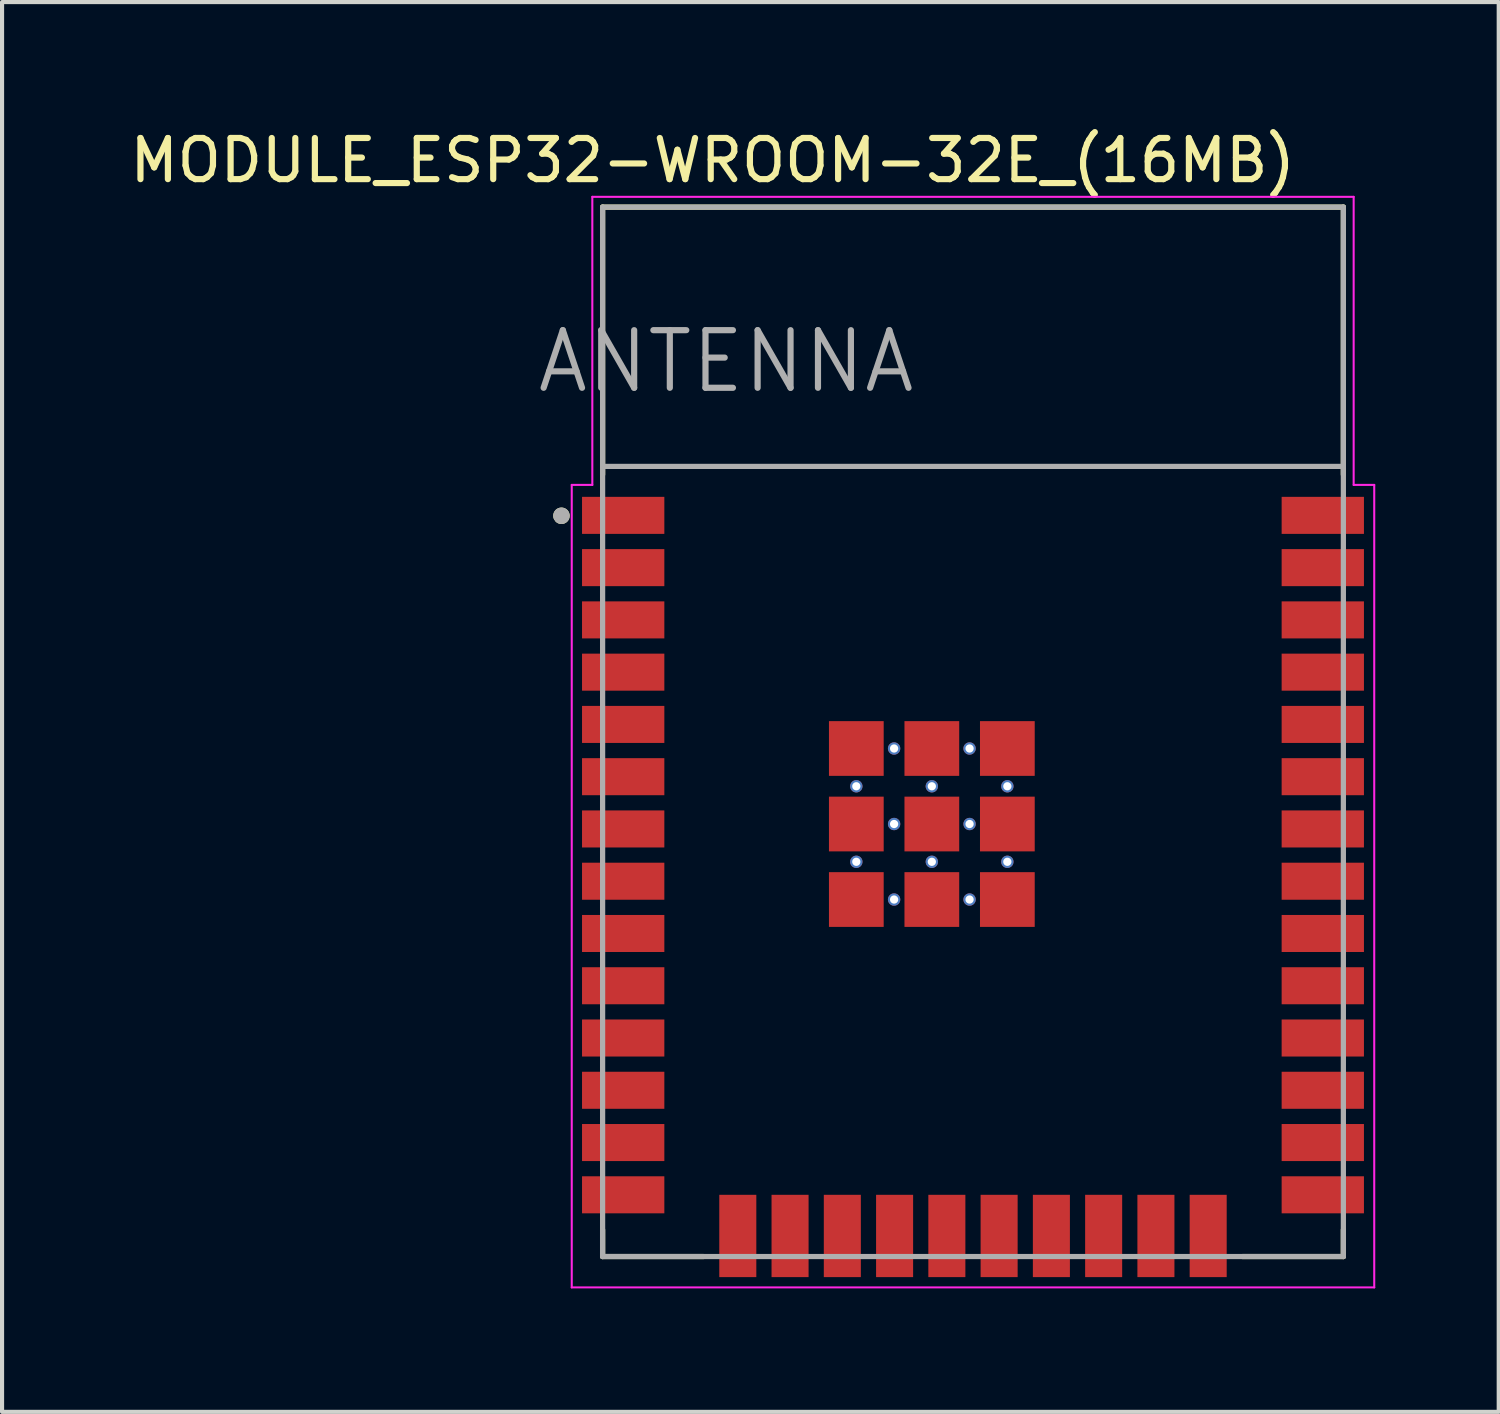
<source format=kicad_pcb>
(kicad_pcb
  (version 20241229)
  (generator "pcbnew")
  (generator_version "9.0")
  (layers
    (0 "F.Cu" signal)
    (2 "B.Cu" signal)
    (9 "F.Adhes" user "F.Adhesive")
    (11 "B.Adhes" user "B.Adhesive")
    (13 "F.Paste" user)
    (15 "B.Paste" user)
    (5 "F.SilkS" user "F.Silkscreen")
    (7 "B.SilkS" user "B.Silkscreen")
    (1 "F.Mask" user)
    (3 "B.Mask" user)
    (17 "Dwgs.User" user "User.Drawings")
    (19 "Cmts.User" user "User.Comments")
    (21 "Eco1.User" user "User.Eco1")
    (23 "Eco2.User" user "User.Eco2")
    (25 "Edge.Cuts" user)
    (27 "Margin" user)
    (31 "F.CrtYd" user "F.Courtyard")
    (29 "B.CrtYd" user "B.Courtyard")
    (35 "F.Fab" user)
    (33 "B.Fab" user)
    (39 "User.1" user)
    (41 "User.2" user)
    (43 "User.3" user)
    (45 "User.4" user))
  (footprint "MODULE_ESP32-WROOM-32E_(16MB)"
    (layer "F.Cu")
    (at 20.593 14.733)
    (property "Reference" "MODULE_ESP32-WROOM-32E_(16MB)" (at -6.325 -13.885 0) (layer "F.SilkS") (effects (font (size 1 1) (thickness 0.15))))
    (attr through_hole)
    (fp_line (start -9 -12.75) (end 9 -12.75) (stroke (width 0.127) (type solid)) (layer "F.SilkS"))
    (fp_line (start -9 -6.25) (end -9 -12.75) (stroke (width 0.127) (type solid)) (layer "F.SilkS"))
    (fp_line (start -9 12.1) (end -9 12.75) (stroke (width 0.127) (type solid)) (layer "F.SilkS"))
    (fp_line (start -9 12.75) (end -6.55 12.75) (stroke (width 0.127) (type solid)) (layer "F.SilkS"))
    (fp_line (start 6.55 12.75) (end 9 12.75) (stroke (width 0.127) (type solid)) (layer "F.SilkS"))
    (fp_line (start 9 -12.75) (end 9 -6.25) (stroke (width 0.127) (type solid)) (layer "F.SilkS"))
    (fp_line (start 9 12.75) (end 9 12.1) (stroke (width 0.127) (type solid)) (layer "F.SilkS"))
    (fp_circle (center -10 -5.25) (end -9.9 -5.25) (stroke (width 0.2) (type solid)) (fill no) (layer "F.SilkS"))
    (fp_line (start -9.75 -6) (end -9.25 -6) (stroke (width 0.05) (type solid)) (layer "F.CrtYd"))
    (fp_line (start -9.75 13.5) (end -9.75 -6) (stroke (width 0.05) (type solid)) (layer "F.CrtYd"))
    (fp_line (start -9.25 -13) (end 9.25 -13) (stroke (width 0.05) (type solid)) (layer "F.CrtYd"))
    (fp_line (start -9.25 -6) (end -9.25 -13) (stroke (width 0.05) (type solid)) (layer "F.CrtYd"))
    (fp_line (start 9.25 -13) (end 9.25 -6) (stroke (width 0.05) (type solid)) (layer "F.CrtYd"))
    (fp_line (start 9.25 -6) (end 9.75 -6) (stroke (width 0.05) (type solid)) (layer "F.CrtYd"))
    (fp_line (start 9.75 -6) (end 9.75 13.5) (stroke (width 0.05) (type solid)) (layer "F.CrtYd"))
    (fp_line (start 9.75 13.5) (end -9.75 13.5) (stroke (width 0.05) (type solid)) (layer "F.CrtYd"))
    (fp_line (start -9 -12.75) (end -9 -6.45) (stroke (width 0.127) (type solid)) (layer "F.Fab"))
    (fp_line (start -9 -12.75) (end 9 -12.75) (stroke (width 0.127) (type solid)) (layer "F.Fab"))
    (fp_line (start -9 -6.45) (end 9 -6.45) (stroke (width 0.127) (type solid)) (layer "F.Fab"))
    (fp_line (start -9 12.75) (end -9 -6.45) (stroke (width 0.127) (type solid)) (layer "F.Fab"))
    (fp_line (start 9 -12.75) (end 9 -6.45) (stroke (width 0.127) (type solid)) (layer "F.Fab"))
    (fp_line (start 9 -6.45) (end 9 12.75) (stroke (width 0.127) (type solid)) (layer "F.Fab"))
    (fp_line (start 9 12.75) (end -9 12.75) (stroke (width 0.127) (type solid)) (layer "F.Fab"))
    (fp_circle (center -10 -5.25) (end -9.9 -5.25) (stroke (width 0.2) (type solid)) (fill no) (layer "F.Fab"))
    (fp_text user "ANTENNA" (at -6 -9 0) (layer "F.Fab") (effects (font (size 1.4 1.4) (thickness 0.15))))
    (pad "1" smd rect (at -8.5 -5.26) (size 2 0.9) (layers "F.Cu" "F.Mask" "F.Paste"))
    (pad "2" smd rect (at -8.5 -3.99) (size 2 0.9) (layers "F.Cu" "F.Mask" "F.Paste"))
    (pad "3" smd rect (at -8.5 -2.72) (size 2 0.9) (layers "F.Cu" "F.Mask" "F.Paste"))
    (pad "4" smd rect (at -8.5 -1.45) (size 2 0.9) (layers "F.Cu" "F.Mask" "F.Paste"))
    (pad "5" smd rect (at -8.5 -0.18) (size 2 0.9) (layers "F.Cu" "F.Mask" "F.Paste"))
    (pad "6" smd rect (at -8.5 1.09) (size 2 0.9) (layers "F.Cu" "F.Mask" "F.Paste"))
    (pad "7" smd rect (at -8.5 2.36) (size 2 0.9) (layers "F.Cu" "F.Mask" "F.Paste"))
    (pad "8" smd rect (at -8.5 3.63) (size 2 0.9) (layers "F.Cu" "F.Mask" "F.Paste"))
    (pad "9" smd rect (at -8.5 4.9) (size 2 0.9) (layers "F.Cu" "F.Mask" "F.Paste"))
    (pad "10" smd rect (at -8.5 6.17) (size 2 0.9) (layers "F.Cu" "F.Mask" "F.Paste"))
    (pad "11" smd rect (at -8.5 7.44) (size 2 0.9) (layers "F.Cu" "F.Mask" "F.Paste"))
    (pad "12" smd rect (at -8.5 8.71) (size 2 0.9) (layers "F.Cu" "F.Mask" "F.Paste"))
    (pad "13" smd rect (at -8.5 9.98) (size 2 0.9) (layers "F.Cu" "F.Mask" "F.Paste"))
    (pad "14" smd rect (at -8.5 11.25) (size 2 0.9) (layers "F.Cu" "F.Mask" "F.Paste"))
    (pad "15" smd rect (at -5.715 12.25) (size 0.9 2) (layers "F.Cu" "F.Mask" "F.Paste"))
    (pad "16" smd rect (at -4.445 12.25) (size 0.9 2) (layers "F.Cu" "F.Mask" "F.Paste"))
    (pad "17" smd rect (at -3.175 12.25) (size 0.9 2) (layers "F.Cu" "F.Mask" "F.Paste"))
    (pad "18" smd rect (at -1.905 12.25) (size 0.9 2) (layers "F.Cu" "F.Mask" "F.Paste"))
    (pad "19" smd rect (at -0.635 12.25) (size 0.9 2) (layers "F.Cu" "F.Mask" "F.Paste"))
    (pad "20" smd rect (at 0.635 12.25) (size 0.9 2) (layers "F.Cu" "F.Mask" "F.Paste"))
    (pad "21" smd rect (at 1.905 12.25) (size 0.9 2) (layers "F.Cu" "F.Mask" "F.Paste"))
    (pad "22" smd rect (at 3.175 12.25) (size 0.9 2) (layers "F.Cu" "F.Mask" "F.Paste"))
    (pad "23" smd rect (at 4.445 12.25) (size 0.9 2) (layers "F.Cu" "F.Mask" "F.Paste"))
    (pad "24" smd rect (at 5.715 12.25) (size 0.9 2) (layers "F.Cu" "F.Mask" "F.Paste"))
    (pad "25" smd rect (at 8.5 11.25) (size 2 0.9) (layers "F.Cu" "F.Mask" "F.Paste"))
    (pad "26" smd rect (at 8.5 9.98) (size 2 0.9) (layers "F.Cu" "F.Mask" "F.Paste"))
    (pad "27" smd rect (at 8.5 8.71) (size 2 0.9) (layers "F.Cu" "F.Mask" "F.Paste"))
    (pad "28" smd rect (at 8.5 7.44) (size 2 0.9) (layers "F.Cu" "F.Mask" "F.Paste"))
    (pad "29" smd rect (at 8.5 6.17) (size 2 0.9) (layers "F.Cu" "F.Mask" "F.Paste"))
    (pad "30" smd rect (at 8.5 4.9) (size 2 0.9) (layers "F.Cu" "F.Mask" "F.Paste"))
    (pad "31" smd rect (at 8.5 3.63) (size 2 0.9) (layers "F.Cu" "F.Mask" "F.Paste"))
    (pad "32" smd rect (at 8.5 2.36) (size 2 0.9) (layers "F.Cu" "F.Mask" "F.Paste"))
    (pad "33" smd rect (at 8.5 1.09) (size 2 0.9) (layers "F.Cu" "F.Mask" "F.Paste"))
    (pad "34" smd rect (at 8.5 -0.18) (size 2 0.9) (layers "F.Cu" "F.Mask" "F.Paste"))
    (pad "35" smd rect (at 8.5 -1.45) (size 2 0.9) (layers "F.Cu" "F.Mask" "F.Paste"))
    (pad "36" smd rect (at 8.5 -2.72) (size 2 0.9) (layers "F.Cu" "F.Mask" "F.Paste"))
    (pad "37" smd rect (at 8.5 -3.99) (size 2 0.9) (layers "F.Cu" "F.Mask" "F.Paste"))
    (pad "38" smd rect (at 8.5 -5.26) (size 2 0.9) (layers "F.Cu" "F.Mask" "F.Paste"))
    (pad "39_1" smd rect (at -2.835 0.405) (size 1.33 1.33) (layers "F.Cu" "F.Mask" "F.Paste"))
    (pad "39_2" smd rect (at -1 0.405) (size 1.33 1.33) (layers "F.Cu" "F.Mask" "F.Paste"))
    (pad "39_3" smd rect (at 0.835 0.405) (size 1.33 1.33) (layers "F.Cu" "F.Mask" "F.Paste"))
    (pad "39_4" smd rect (at -2.835 2.24) (size 1.33 1.33) (layers "F.Cu" "F.Mask" "F.Paste"))
    (pad "39_5" smd rect (at -1 2.24) (size 1.33 1.33) (layers "F.Cu" "F.Mask" "F.Paste"))
    (pad "39_6" smd rect (at 0.835 2.24) (size 1.33 1.33) (layers "F.Cu" "F.Mask" "F.Paste"))
    (pad "39_7" smd rect (at -2.835 4.075) (size 1.33 1.33) (layers "F.Cu" "F.Mask" "F.Paste"))
    (pad "39_8" smd rect (at -1 4.075) (size 1.33 1.33) (layers "F.Cu" "F.Mask" "F.Paste"))
    (pad "39_9" smd rect (at 0.835 4.075) (size 1.33 1.33) (layers "F.Cu" "F.Mask" "F.Paste"))
    (pad "39_10" thru_hole circle (at -1.917 0.405) (size 0.3 0.3) (drill 0.2) (layers "*.Cu" "*.Mask"))
    (pad "39_11" thru_hole circle (at -0.083 0.405) (size 0.3 0.3) (drill 0.2) (layers "*.Cu" "*.Mask"))
    (pad "39_12" thru_hole circle (at -2.835 1.323) (size 0.3 0.3) (drill 0.2) (layers "*.Cu" "*.Mask"))
    (pad "39_13" thru_hole circle (at -1 1.323) (size 0.3 0.3) (drill 0.2) (layers "*.Cu" "*.Mask"))
    (pad "39_14" thru_hole circle (at 0.835 1.323) (size 0.3 0.3) (drill 0.2) (layers "*.Cu" "*.Mask"))
    (pad "39_15" thru_hole circle (at -1.917 2.24) (size 0.3 0.3) (drill 0.2) (layers "*.Cu" "*.Mask"))
    (pad "39_16" thru_hole circle (at -0.083 2.24) (size 0.3 0.3) (drill 0.2) (layers "*.Cu" "*.Mask"))
    (pad "39_17" thru_hole circle (at -2.835 3.158) (size 0.3 0.3) (drill 0.2) (layers "*.Cu" "*.Mask"))
    (pad "39_18" thru_hole circle (at -1 3.158) (size 0.3 0.3) (drill 0.2) (layers "*.Cu" "*.Mask"))
    (pad "39_19" thru_hole circle (at 0.835 3.158) (size 0.3 0.3) (drill 0.2) (layers "*.Cu" "*.Mask"))
    (pad "39_20" thru_hole circle (at -1.917 4.075) (size 0.3 0.3) (drill 0.2) (layers "*.Cu" "*.Mask"))
    (pad "39_21" thru_hole circle (at -0.083 4.075) (size 0.3 0.3) (drill 0.2) (layers "*.Cu" "*.Mask"))
    (zone (net_name "") (layer "F.Cu") (hatch full 0.508) (connect_pads) (min_thickness 0.01) (filled_areas_thickness no) (keepout (tracks not_allowed) (vias not_allowed) (pads not_allowed) (copperpour not_allowed) (footprints allowed)) (placement (enabled no)) (fill) (polygon (pts (xy 11.593 1.983) (xy 29.593 1.983) (xy 29.593 8.283) (xy 11.593 8.283))))
    (zone (net_name "") (layers "F.Cu" "B.Cu") (hatch full 0.508) (connect_pads) (min_thickness 0.01) (filled_areas_thickness no) (keepout (tracks allowed) (vias not_allowed) (pads allowed) (copperpour allowed) (footprints allowed)) (placement (enabled no)) (fill) (polygon (pts (xy 11.593 1.983) (xy 29.593 1.983) (xy 29.593 8.283) (xy 11.593 8.283)))))
  (gr_rect
    (start -3 -3)
    (end 33.368 31.258)
    (stroke (width 0.1) (type default))
    (fill no)
    (layer "Edge.Cuts")))
</source>
